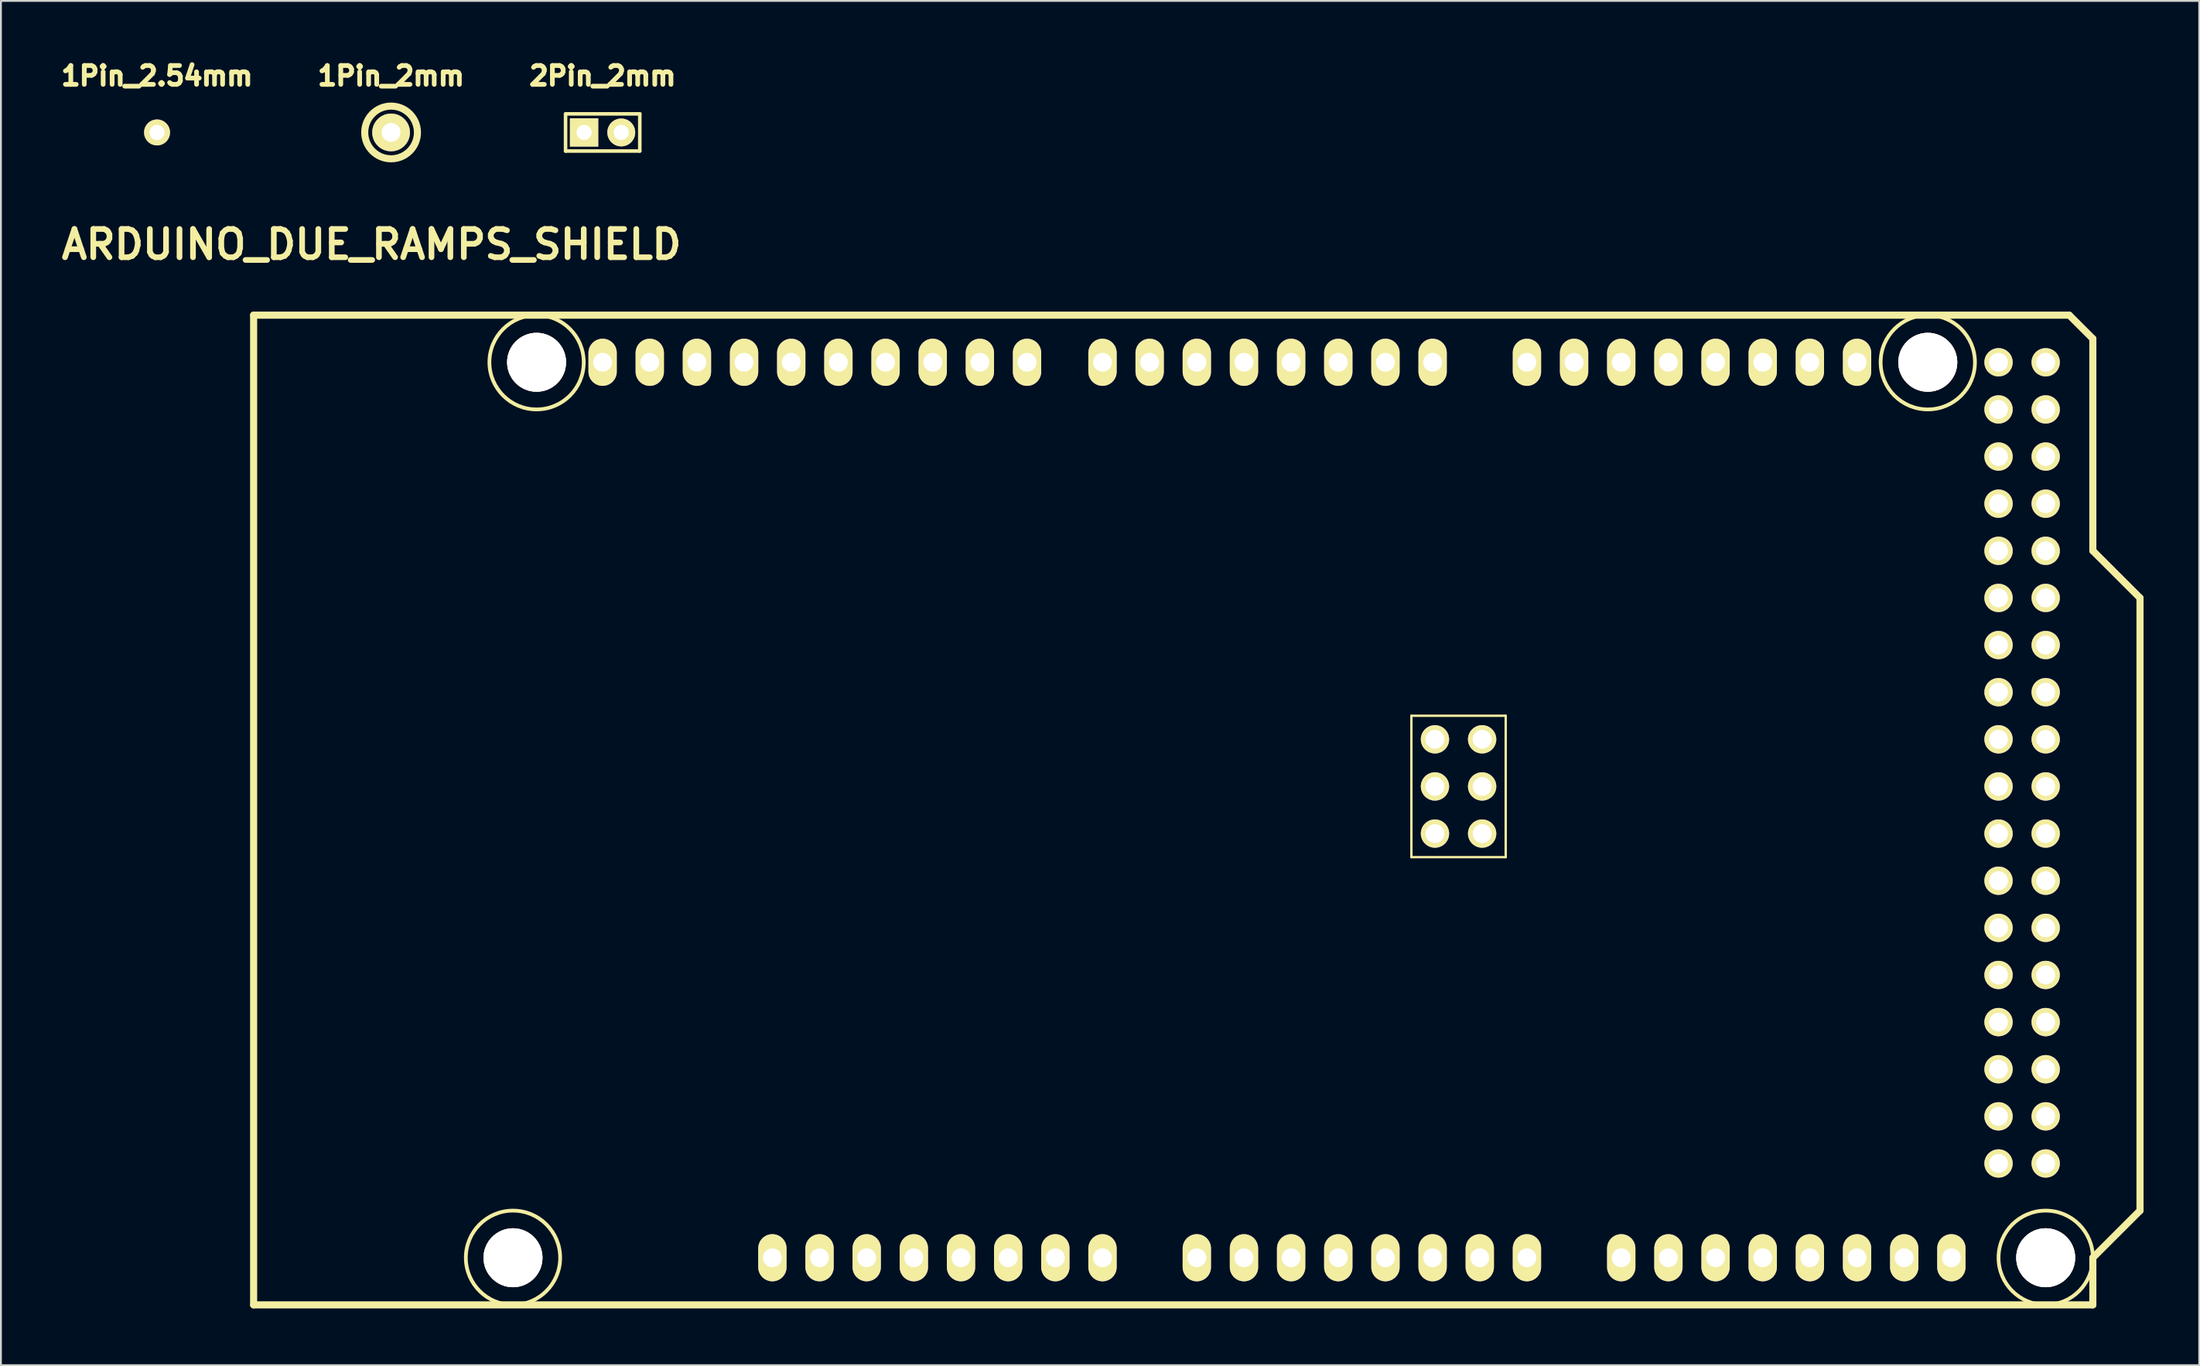
<source format=kicad_pcb>
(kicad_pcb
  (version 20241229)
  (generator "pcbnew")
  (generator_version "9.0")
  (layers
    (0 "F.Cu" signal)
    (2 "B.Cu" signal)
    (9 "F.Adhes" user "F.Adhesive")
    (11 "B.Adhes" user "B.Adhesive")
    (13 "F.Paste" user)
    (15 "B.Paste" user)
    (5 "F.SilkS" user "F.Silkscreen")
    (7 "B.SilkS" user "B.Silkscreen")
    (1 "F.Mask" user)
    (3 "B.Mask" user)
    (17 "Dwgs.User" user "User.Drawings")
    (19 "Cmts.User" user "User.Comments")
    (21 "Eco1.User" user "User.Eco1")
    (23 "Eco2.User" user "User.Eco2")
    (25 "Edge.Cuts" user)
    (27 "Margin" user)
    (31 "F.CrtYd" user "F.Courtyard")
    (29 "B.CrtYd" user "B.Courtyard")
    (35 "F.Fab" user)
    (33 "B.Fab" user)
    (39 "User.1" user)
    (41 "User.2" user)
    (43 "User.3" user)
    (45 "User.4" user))
  (footprint "2Pin_2mm"
    (layer "F.Cu")
    (at 29.41 4.088)
    (property "Reference" "2Pin_2mm" (at 0 -3.048 0) (layer "F.SilkS") (effects (font (size 1.016 1.016) (thickness 0.254))))
    (attr through_hole)
    (fp_line (start -1.999 -1.001) (end 1.999 -1.001) (stroke (width 0.191) (type solid)) (layer "F.SilkS"))
    (fp_line (start -1.999 1.001) (end -1.999 -1.001) (stroke (width 0.191) (type solid)) (layer "F.SilkS"))
    (fp_line (start 1.999 -1.001) (end 1.999 1.001) (stroke (width 0.191) (type solid)) (layer "F.SilkS"))
    (fp_line (start 1.999 1.001) (end -1.999 1.001) (stroke (width 0.191) (type solid)) (layer "F.SilkS"))
    (pad "1" thru_hole rect (at -1.001 0) (size 1.524 1.524) (drill 0.813) (layers "*.Cu" "*.Mask" "F.SilkS"))
    (pad "2" thru_hole circle (at 1.001 0) (size 1.501 1.501) (drill 0.813) (layers "*.Cu" "*.Mask" "F.SilkS")))
  (footprint "ARDUINO_DUE_RAMPS_SHIELD"
    (layer "F.Cu")
    (at 10.61 67.275)
    (property "Reference" "ARDUINO_DUE_RAMPS_SHIELD" (at 6.35 -57.15 0) (layer "F.SilkS") (effects (font (size 1.524 1.524) (thickness 0.305))))
    (attr through_hole)
    (fp_line (start 0 0) (end 0 -53.34) (stroke (width 0.381) (type solid)) (layer "F.SilkS"))
    (fp_line (start 62.357 -31.75) (end 62.357 -24.13) (stroke (width 0.127) (type solid)) (layer "F.SilkS"))
    (fp_line (start 62.357 -24.13) (end 67.437 -24.13) (stroke (width 0.127) (type solid)) (layer "F.SilkS"))
    (fp_line (start 67.437 -31.75) (end 62.357 -31.75) (stroke (width 0.127) (type solid)) (layer "F.SilkS"))
    (fp_line (start 67.437 -24.13) (end 67.437 -31.75) (stroke (width 0.127) (type solid)) (layer "F.SilkS"))
    (fp_line (start 97.79 -53.34) (end 0 -53.34) (stroke (width 0.381) (type solid)) (layer "F.SilkS"))
    (fp_line (start 99.06 -52.07) (end 97.79 -53.34) (stroke (width 0.381) (type solid)) (layer "F.SilkS"))
    (fp_line (start 99.06 -40.64) (end 99.06 -52.07) (stroke (width 0.381) (type solid)) (layer "F.SilkS"))
    (fp_line (start 99.06 -40.64) (end 101.6 -38.1) (stroke (width 0.381) (type solid)) (layer "F.SilkS"))
    (fp_line (start 99.06 -2.54) (end 99.06 0) (stroke (width 0.381) (type solid)) (layer "F.SilkS"))
    (fp_line (start 99.06 0) (end 0 0) (stroke (width 0.381) (type solid)) (layer "F.SilkS"))
    (fp_line (start 101.6 -38.1) (end 101.6 -5.08) (stroke (width 0.381) (type solid)) (layer "F.SilkS"))
    (fp_line (start 101.6 -5.08) (end 99.06 -2.54) (stroke (width 0.381) (type solid)) (layer "F.SilkS"))
    (fp_circle (center 13.97 -2.54) (end 16.51 -2.54) (stroke (width 0.201) (type solid)) (fill no) (layer "F.SilkS"))
    (fp_circle (center 15.24 -50.8) (end 17.78 -50.8) (stroke (width 0.201) (type solid)) (fill no) (layer "F.SilkS"))
    (fp_circle (center 90.17 -50.8) (end 92.71 -50.8) (stroke (width 0.201) (type solid)) (fill no) (layer "F.SilkS"))
    (fp_circle (center 96.52 -2.54) (end 99.06 -2.54) (stroke (width 0.201) (type solid)) (fill no) (layer "F.SilkS"))
    (pad "" thru_hole circle (at 13.97 -2.54 90) (size 3.175 3.175) (drill 3.175) (layers "*.Cu" "*.Mask" "F.SilkS"))
    (pad "" thru_hole circle (at 15.24 -50.8) (size 3.175 3.175) (drill 3.175) (layers "*.Cu" "*.Mask" "F.SilkS"))
    (pad "" thru_hole circle (at 90.17 -50.8) (size 3.175 3.175) (drill 3.175) (layers "*.Cu" "*.Mask" "F.SilkS"))
    (pad "" thru_hole circle (at 96.52 -2.54 90) (size 3.175 3.175) (drill 3.175) (layers "*.Cu" "*.Mask" "F.SilkS"))
    (pad "0" thru_hole oval (at 63.5 -50.8 90) (size 2.54 1.524) (drill 1.016) (layers "*.Cu" "*.Mask" "F.SilkS"))
    (pad "1" thru_hole oval (at 60.96 -50.8 90) (size 2.54 1.524) (drill 1.016) (layers "*.Cu" "*.Mask" "F.SilkS"))
    (pad "2" thru_hole oval (at 58.42 -50.8 90) (size 2.54 1.524) (drill 1.016) (layers "*.Cu" "*.Mask" "F.SilkS"))
    (pad "3" thru_hole oval (at 55.88 -50.8 90) (size 2.54 1.524) (drill 1.016) (layers "*.Cu" "*.Mask" "F.SilkS"))
    (pad "3V3" thru_hole oval (at 35.56 -2.54 90) (size 2.54 1.524) (drill 1.016) (layers "*.Cu" "*.Mask" "F.SilkS"))
    (pad "4" thru_hole oval (at 53.34 -50.8 90) (size 2.54 1.524) (drill 1.016) (layers "*.Cu" "*.Mask" "F.SilkS"))
    (pad "5" thru_hole oval (at 50.8 -50.8 90) (size 2.54 1.524) (drill 1.016) (layers "*.Cu" "*.Mask" "F.SilkS"))
    (pad "5V" thru_hole oval (at 38.1 -2.54 90) (size 2.54 1.524) (drill 1.016) (layers "*.Cu" "*.Mask" "F.SilkS"))
    (pad "5V" thru_hole circle (at 66.167 -30.48) (size 1.524 1.524) (drill 1.016) (layers "*.Cu" "*.Mask" "F.SilkS"))
    (pad "5V" thru_hole circle (at 93.98 -50.8) (size 1.524 1.524) (drill 1.016) (layers "*.Cu" "*.Mask" "F.SilkS"))
    (pad "5V" thru_hole circle (at 96.52 -50.8) (size 1.524 1.524) (drill 1.016) (layers "*.Cu" "*.Mask" "F.SilkS"))
    (pad "6" thru_hole oval (at 48.26 -50.8 90) (size 2.54 1.524) (drill 1.016) (layers "*.Cu" "*.Mask" "F.SilkS"))
    (pad "7" thru_hole oval (at 45.72 -50.8 90) (size 2.54 1.524) (drill 1.016) (layers "*.Cu" "*.Mask" "F.SilkS"))
    (pad "8" thru_hole oval (at 41.656 -50.8 90) (size 2.54 1.524) (drill 1.016) (layers "*.Cu" "*.Mask" "F.SilkS"))
    (pad "9" thru_hole oval (at 39.116 -50.8 90) (size 2.54 1.524) (drill 1.016) (layers "*.Cu" "*.Mask" "F.SilkS"))
    (pad "10" thru_hole oval (at 36.576 -50.8 90) (size 2.54 1.524) (drill 1.016) (layers "*.Cu" "*.Mask" "F.SilkS"))
    (pad "11" thru_hole oval (at 34.036 -50.8 90) (size 2.54 1.524) (drill 1.016) (layers "*.Cu" "*.Mask" "F.SilkS"))
    (pad "12" thru_hole oval (at 31.496 -50.8 90) (size 2.54 1.524) (drill 1.016) (layers "*.Cu" "*.Mask" "F.SilkS"))
    (pad "13" thru_hole oval (at 28.956 -50.8 90) (size 2.54 1.524) (drill 1.016) (layers "*.Cu" "*.Mask" "F.SilkS"))
    (pad "14" thru_hole oval (at 68.58 -50.8 90) (size 2.54 1.524) (drill 1.016) (layers "*.Cu" "*.Mask" "F.SilkS"))
    (pad "15" thru_hole oval (at 71.12 -50.8 90) (size 2.54 1.524) (drill 1.016) (layers "*.Cu" "*.Mask" "F.SilkS"))
    (pad "16" thru_hole oval (at 73.66 -50.8 90) (size 2.54 1.524) (drill 1.016) (layers "*.Cu" "*.Mask" "F.SilkS"))
    (pad "17" thru_hole oval (at 76.2 -50.8 90) (size 2.54 1.524) (drill 1.016) (layers "*.Cu" "*.Mask" "F.SilkS"))
    (pad "18" thru_hole oval (at 78.74 -50.8 90) (size 2.54 1.524) (drill 1.016) (layers "*.Cu" "*.Mask" "F.SilkS"))
    (pad "19" thru_hole oval (at 81.28 -50.8 90) (size 2.54 1.524) (drill 1.016) (layers "*.Cu" "*.Mask" "F.SilkS"))
    (pad "20" thru_hole oval (at 83.82 -50.8 90) (size 2.54 1.524) (drill 1.016) (layers "*.Cu" "*.Mask" "F.SilkS"))
    (pad "21" thru_hole oval (at 86.36 -50.8 90) (size 2.54 1.524) (drill 1.016) (layers "*.Cu" "*.Mask" "F.SilkS"))
    (pad "22" thru_hole circle (at 93.98 -48.26) (size 1.524 1.524) (drill 1.016) (layers "*.Cu" "*.Mask" "F.SilkS"))
    (pad "23" thru_hole circle (at 96.52 -48.26) (size 1.524 1.524) (drill 1.016) (layers "*.Cu" "*.Mask" "F.SilkS"))
    (pad "24" thru_hole circle (at 93.98 -45.72) (size 1.524 1.524) (drill 1.016) (layers "*.Cu" "*.Mask" "F.SilkS"))
    (pad "25" thru_hole circle (at 96.52 -45.72) (size 1.524 1.524) (drill 1.016) (layers "*.Cu" "*.Mask" "F.SilkS"))
    (pad "26" thru_hole circle (at 93.98 -43.18) (size 1.524 1.524) (drill 1.016) (layers "*.Cu" "*.Mask" "F.SilkS"))
    (pad "27" thru_hole circle (at 96.52 -43.18) (size 1.524 1.524) (drill 1.016) (layers "*.Cu" "*.Mask" "F.SilkS"))
    (pad "28" thru_hole circle (at 93.98 -40.64) (size 1.524 1.524) (drill 1.016) (layers "*.Cu" "*.Mask" "F.SilkS"))
    (pad "29" thru_hole circle (at 96.52 -40.64) (size 1.524 1.524) (drill 1.016) (layers "*.Cu" "*.Mask" "F.SilkS"))
    (pad "30" thru_hole circle (at 93.98 -38.1) (size 1.524 1.524) (drill 1.016) (layers "*.Cu" "*.Mask" "F.SilkS"))
    (pad "31" thru_hole circle (at 96.52 -38.1) (size 1.524 1.524) (drill 1.016) (layers "*.Cu" "*.Mask" "F.SilkS"))
    (pad "32" thru_hole circle (at 93.98 -35.56) (size 1.524 1.524) (drill 1.016) (layers "*.Cu" "*.Mask" "F.SilkS"))
    (pad "33" thru_hole circle (at 96.52 -35.56) (size 1.524 1.524) (drill 1.016) (layers "*.Cu" "*.Mask" "F.SilkS"))
    (pad "34" thru_hole circle (at 93.98 -33.02) (size 1.524 1.524) (drill 1.016) (layers "*.Cu" "*.Mask" "F.SilkS"))
    (pad "35" thru_hole circle (at 96.52 -33.02) (size 1.524 1.524) (drill 1.016) (layers "*.Cu" "*.Mask" "F.SilkS"))
    (pad "36" thru_hole circle (at 93.98 -30.48) (size 1.524 1.524) (drill 1.016) (layers "*.Cu" "*.Mask" "F.SilkS"))
    (pad "37" thru_hole circle (at 96.52 -30.48) (size 1.524 1.524) (drill 1.016) (layers "*.Cu" "*.Mask" "F.SilkS"))
    (pad "38" thru_hole circle (at 93.98 -27.94) (size 1.524 1.524) (drill 1.016) (layers "*.Cu" "*.Mask" "F.SilkS"))
    (pad "39" thru_hole circle (at 96.52 -27.94) (size 1.524 1.524) (drill 1.016) (layers "*.Cu" "*.Mask" "F.SilkS"))
    (pad "40" thru_hole circle (at 93.98 -25.4) (size 1.524 1.524) (drill 1.016) (layers "*.Cu" "*.Mask" "F.SilkS"))
    (pad "41" thru_hole circle (at 96.52 -25.4) (size 1.524 1.524) (drill 1.016) (layers "*.Cu" "*.Mask" "F.SilkS"))
    (pad "42" thru_hole circle (at 93.98 -22.86) (size 1.524 1.524) (drill 1.016) (layers "*.Cu" "*.Mask" "F.SilkS"))
    (pad "43" thru_hole circle (at 96.52 -22.86) (size 1.524 1.524) (drill 1.016) (layers "*.Cu" "*.Mask" "F.SilkS"))
    (pad "44" thru_hole circle (at 93.98 -20.32) (size 1.524 1.524) (drill 1.016) (layers "*.Cu" "*.Mask" "F.SilkS"))
    (pad "45" thru_hole circle (at 96.52 -20.32) (size 1.524 1.524) (drill 1.016) (layers "*.Cu" "*.Mask" "F.SilkS"))
    (pad "46" thru_hole circle (at 93.98 -17.78) (size 1.524 1.524) (drill 1.016) (layers "*.Cu" "*.Mask" "F.SilkS"))
    (pad "47" thru_hole circle (at 96.52 -17.78) (size 1.524 1.524) (drill 1.016) (layers "*.Cu" "*.Mask" "F.SilkS"))
    (pad "48" thru_hole circle (at 93.98 -15.24) (size 1.524 1.524) (drill 1.016) (layers "*.Cu" "*.Mask" "F.SilkS"))
    (pad "49" thru_hole circle (at 96.52 -15.24) (size 1.524 1.524) (drill 1.016) (layers "*.Cu" "*.Mask" "F.SilkS"))
    (pad "50" thru_hole circle (at 93.98 -12.7) (size 1.524 1.524) (drill 1.016) (layers "*.Cu" "*.Mask" "F.SilkS"))
    (pad "51" thru_hole circle (at 96.52 -12.7) (size 1.524 1.524) (drill 1.016) (layers "*.Cu" "*.Mask" "F.SilkS"))
    (pad "52" thru_hole circle (at 93.98 -10.16) (size 1.524 1.524) (drill 1.016) (layers "*.Cu" "*.Mask" "F.SilkS"))
    (pad "53" thru_hole circle (at 96.52 -10.16) (size 1.524 1.524) (drill 1.016) (layers "*.Cu" "*.Mask" "F.SilkS"))
    (pad "AD0" thru_hole oval (at 50.8 -2.54 90) (size 2.54 1.524) (drill 1.016) (layers "*.Cu" "*.Mask" "F.SilkS"))
    (pad "AD1" thru_hole oval (at 53.34 -2.54 90) (size 2.54 1.524) (drill 1.016) (layers "*.Cu" "*.Mask" "F.SilkS"))
    (pad "AD2" thru_hole oval (at 55.88 -2.54 90) (size 2.54 1.524) (drill 1.016) (layers "*.Cu" "*.Mask" "F.SilkS"))
    (pad "AD3" thru_hole oval (at 58.42 -2.54 90) (size 2.54 1.524) (drill 1.016) (layers "*.Cu" "*.Mask" "F.SilkS"))
    (pad "AD4" thru_hole oval (at 60.96 -2.54 90) (size 2.54 1.524) (drill 1.016) (layers "*.Cu" "*.Mask" "F.SilkS"))
    (pad "AD5" thru_hole oval (at 63.5 -2.54 90) (size 2.54 1.524) (drill 1.016) (layers "*.Cu" "*.Mask" "F.SilkS"))
    (pad "AD6" thru_hole oval (at 66.04 -2.54 90) (size 2.54 1.524) (drill 1.016) (layers "*.Cu" "*.Mask" "F.SilkS"))
    (pad "AD7" thru_hole oval (at 68.58 -2.54 90) (size 2.54 1.524) (drill 1.016) (layers "*.Cu" "*.Mask" "F.SilkS"))
    (pad "AD8" thru_hole oval (at 73.66 -2.54 90) (size 2.54 1.524) (drill 1.016) (layers "*.Cu" "*.Mask" "F.SilkS"))
    (pad "AD9" thru_hole oval (at 76.2 -2.54 90) (size 2.54 1.524) (drill 1.016) (layers "*.Cu" "*.Mask" "F.SilkS"))
    (pad "AD10" thru_hole oval (at 78.74 -2.54 90) (size 2.54 1.524) (drill 1.016) (layers "*.Cu" "*.Mask" "F.SilkS"))
    (pad "AD11" thru_hole oval (at 81.28 -2.54 90) (size 2.54 1.524) (drill 1.016) (layers "*.Cu" "*.Mask" "F.SilkS"))
    (pad "AD12" thru_hole oval (at 83.82 -2.54 90) (size 2.54 1.524) (drill 1.016) (layers "*.Cu" "*.Mask" "F.SilkS"))
    (pad "AD13" thru_hole oval (at 86.36 -2.54 90) (size 2.54 1.524) (drill 1.016) (layers "*.Cu" "*.Mask" "F.SilkS"))
    (pad "AD14" thru_hole oval (at 88.9 -2.54 90) (size 2.54 1.524) (drill 1.016) (layers "*.Cu" "*.Mask" "F.SilkS"))
    (pad "AD15" thru_hole oval (at 91.44 -2.54 90) (size 2.54 1.524) (drill 1.016) (layers "*.Cu" "*.Mask" "F.SilkS"))
    (pad "AREF" thru_hole oval (at 23.876 -50.8 90) (size 2.54 1.524) (drill 1.016) (layers "*.Cu" "*.Mask" "F.SilkS"))
    (pad "GND" thru_hole oval (at 26.416 -50.8 90) (size 2.54 1.524) (drill 1.016) (layers "*.Cu" "*.Mask" "F.SilkS"))
    (pad "GND" thru_hole oval (at 40.64 -2.54 90) (size 2.54 1.524) (drill 1.016) (layers "*.Cu" "*.Mask" "F.SilkS"))
    (pad "GND" thru_hole oval (at 43.18 -2.54 90) (size 2.54 1.524) (drill 1.016) (layers "*.Cu" "*.Mask" "F.SilkS"))
    (pad "GND" thru_hole circle (at 66.167 -25.4) (size 1.524 1.524) (drill 1.016) (layers "*.Cu" "*.Mask" "F.SilkS"))
    (pad "GND" thru_hole circle (at 93.98 -7.62) (size 1.524 1.524) (drill 1.016) (layers "*.Cu" "*.Mask" "F.SilkS"))
    (pad "GND" thru_hole circle (at 96.52 -7.62) (size 1.524 1.524) (drill 1.016) (layers "*.Cu" "*.Mask" "F.SilkS"))
    (pad "IORF" thru_hole oval (at 30.48 -2.54 90) (size 2.54 1.524) (drill 1.016) (layers "*.Cu" "*.Mask" "F.SilkS"))
    (pad "MISO" thru_hole circle (at 63.627 -30.48) (size 1.524 1.524) (drill 1.016) (layers "*.Cu" "*.Mask" "F.SilkS"))
    (pad "MOSI" thru_hole circle (at 66.167 -27.94) (size 1.524 1.524) (drill 1.016) (layers "*.Cu" "*.Mask" "F.SilkS"))
    (pad "NC1" thru_hole oval (at 27.94 -2.54 90) (size 2.54 1.524) (drill 1.016) (layers "*.Cu" "*.Mask" "F.SilkS"))
    (pad "RST" thru_hole oval (at 33.02 -2.54 90) (size 2.54 1.524) (drill 1.016) (layers "*.Cu" "*.Mask" "F.SilkS"))
    (pad "RST2" thru_hole circle (at 63.627 -25.4) (size 1.524 1.524) (drill 1.016) (layers "*.Cu" "*.Mask" "F.SilkS"))
    (pad "SCK" thru_hole circle (at 63.627 -27.94) (size 1.524 1.524) (drill 1.016) (layers "*.Cu" "*.Mask" "F.SilkS"))
    (pad "SCL1" thru_hole oval (at 18.796 -50.8 90) (size 2.54 1.524) (drill 1.016) (layers "*.Cu" "*.Mask" "F.SilkS"))
    (pad "SDA1" thru_hole oval (at 21.336 -50.8 90) (size 2.54 1.524) (drill 1.016) (layers "*.Cu" "*.Mask" "F.SilkS"))
    (pad "V_IN" thru_hole oval (at 45.72 -2.54 90) (size 2.54 1.524) (drill 1.016) (layers "*.Cu" "*.Mask" "F.SilkS")))
  (footprint "1Pin_2.54mm"
    (layer "F.Cu")
    (at 5.408 4.088)
    (property "Reference" "1Pin_2.54mm" (at 0 -3.048 0) (layer "F.SilkS") (effects (font (size 1.016 1.016) (thickness 0.254))))
    (attr through_hole)
    (pad "1" thru_hole circle (at 0 0) (size 1.397 1.397) (drill 0.813) (layers "*.Cu" "*.Mask" "F.SilkS")))
  (footprint "1Pin_2mm"
    (layer "F.Cu")
    (at 18.014 4.088)
    (property "Reference" "1Pin_2mm" (at 0 -3.048 0) (layer "F.SilkS") (effects (font (size 1.016 1.016) (thickness 0.305))))
    (attr through_hole)
    (fp_circle (center 0 0) (end 1.27 0.635) (stroke (width 0.381) (type solid)) (fill no) (layer "F.SilkS"))
    (pad "1" thru_hole circle (at 0 0) (size 2.032 2.032) (drill 1.016) (layers "*.Cu" "*.Mask" "F.SilkS")))
  (gr_rect
    (start -3 -3)
    (end 115.4 70.525)
    (stroke (width 0.1) (type default))
    (fill no)
    (layer "Edge.Cuts")))
</source>
